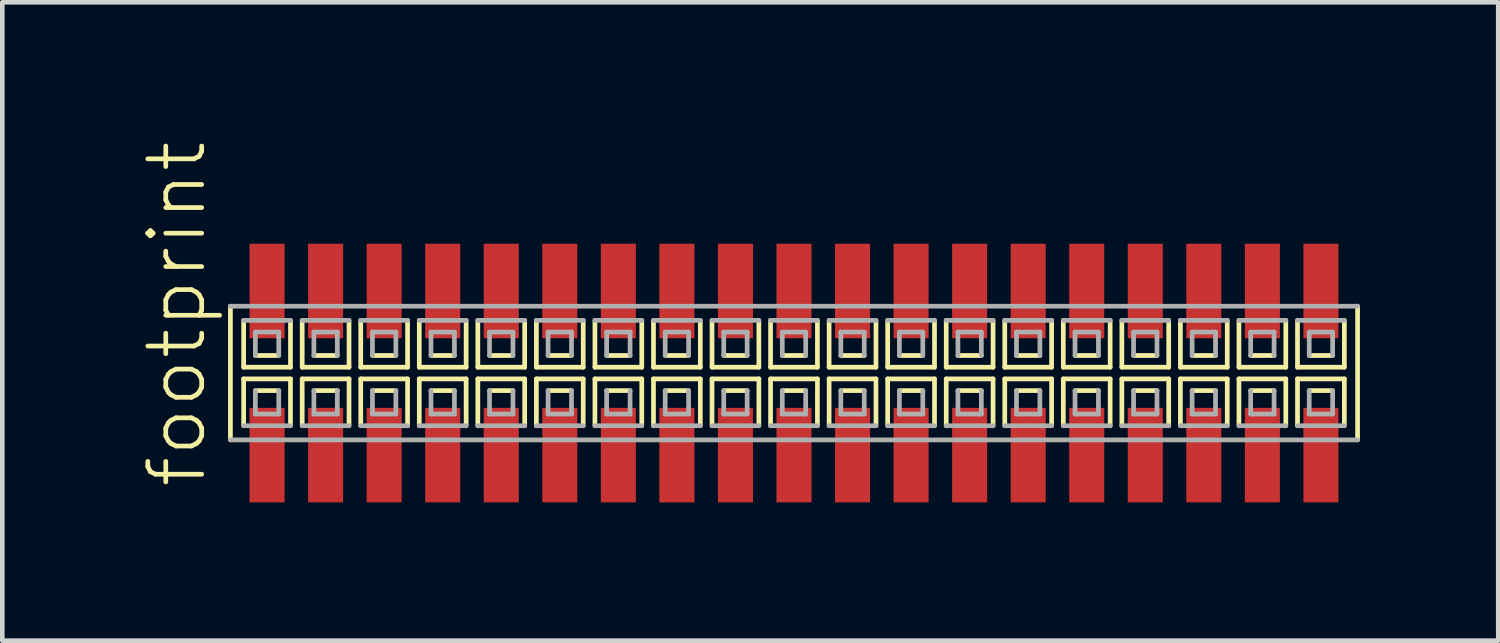
<source format=kicad_pcb>
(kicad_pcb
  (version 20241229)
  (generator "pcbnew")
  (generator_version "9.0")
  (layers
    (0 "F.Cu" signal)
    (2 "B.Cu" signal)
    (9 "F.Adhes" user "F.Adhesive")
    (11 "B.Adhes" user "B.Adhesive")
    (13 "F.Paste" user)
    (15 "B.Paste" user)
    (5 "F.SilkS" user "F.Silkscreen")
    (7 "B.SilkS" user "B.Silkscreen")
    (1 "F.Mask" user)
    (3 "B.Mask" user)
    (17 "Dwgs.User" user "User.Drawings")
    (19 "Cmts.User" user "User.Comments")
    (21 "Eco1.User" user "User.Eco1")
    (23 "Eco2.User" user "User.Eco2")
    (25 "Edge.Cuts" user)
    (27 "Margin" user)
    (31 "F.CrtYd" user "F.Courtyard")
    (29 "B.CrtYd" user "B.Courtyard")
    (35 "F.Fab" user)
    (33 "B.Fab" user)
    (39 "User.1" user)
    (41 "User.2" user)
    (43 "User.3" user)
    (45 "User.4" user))
  (footprint "footprint"
    (layer "F.Cu")
    (at 14.173 5.042)
    (property "Reference" "footprint" (at -12.7 2.54 90) (layer "F.SilkS") (effects (font (size 1.168 1.168) (thickness 0.102)) (justify left bottom)))
    (fp_line (start -12.225 -1.45) (end -12.225 1.45) (stroke (width 0.102) (type solid)) (layer "F.SilkS"))
    (fp_line (start -11.938 -1.143) (end -11.938 -0.127) (stroke (width 0.102) (type solid)) (layer "F.SilkS"))
    (fp_line (start -11.938 -0.127) (end -10.922 -0.127) (stroke (width 0.102) (type solid)) (layer "F.SilkS"))
    (fp_line (start -11.938 0.127) (end -11.938 1.143) (stroke (width 0.102) (type solid)) (layer "F.SilkS"))
    (fp_line (start -11.684 -0.381) (end -11.176 -0.381) (stroke (width 0.102) (type solid)) (layer "F.SilkS"))
    (fp_line (start -11.176 0.381) (end -11.684 0.381) (stroke (width 0.102) (type solid)) (layer "F.SilkS"))
    (fp_line (start -10.922 -0.127) (end -10.922 -1.143) (stroke (width 0.102) (type solid)) (layer "F.SilkS"))
    (fp_line (start -10.922 0.127) (end -11.938 0.127) (stroke (width 0.102) (type solid)) (layer "F.SilkS"))
    (fp_line (start -10.922 1.143) (end -10.922 0.127) (stroke (width 0.102) (type solid)) (layer "F.SilkS"))
    (fp_line (start -10.668 -1.143) (end -10.668 -0.127) (stroke (width 0.102) (type solid)) (layer "F.SilkS"))
    (fp_line (start -10.668 -0.127) (end -9.652 -0.127) (stroke (width 0.102) (type solid)) (layer "F.SilkS"))
    (fp_line (start -10.668 0.127) (end -10.668 1.143) (stroke (width 0.102) (type solid)) (layer "F.SilkS"))
    (fp_line (start -10.414 -0.381) (end -9.906 -0.381) (stroke (width 0.102) (type solid)) (layer "F.SilkS"))
    (fp_line (start -9.906 0.381) (end -10.414 0.381) (stroke (width 0.102) (type solid)) (layer "F.SilkS"))
    (fp_line (start -9.652 -0.127) (end -9.652 -1.143) (stroke (width 0.102) (type solid)) (layer "F.SilkS"))
    (fp_line (start -9.652 0.127) (end -10.668 0.127) (stroke (width 0.102) (type solid)) (layer "F.SilkS"))
    (fp_line (start -9.652 1.143) (end -9.652 0.127) (stroke (width 0.102) (type solid)) (layer "F.SilkS"))
    (fp_line (start -9.398 -1.143) (end -9.398 -0.127) (stroke (width 0.102) (type solid)) (layer "F.SilkS"))
    (fp_line (start -9.398 -0.127) (end -8.382 -0.127) (stroke (width 0.102) (type solid)) (layer "F.SilkS"))
    (fp_line (start -9.398 0.127) (end -9.398 1.143) (stroke (width 0.102) (type solid)) (layer "F.SilkS"))
    (fp_line (start -9.144 -0.381) (end -8.636 -0.381) (stroke (width 0.102) (type solid)) (layer "F.SilkS"))
    (fp_line (start -8.636 0.381) (end -9.144 0.381) (stroke (width 0.102) (type solid)) (layer "F.SilkS"))
    (fp_line (start -8.382 -0.127) (end -8.382 -1.143) (stroke (width 0.102) (type solid)) (layer "F.SilkS"))
    (fp_line (start -8.382 0.127) (end -9.398 0.127) (stroke (width 0.102) (type solid)) (layer "F.SilkS"))
    (fp_line (start -8.382 1.143) (end -8.382 0.127) (stroke (width 0.102) (type solid)) (layer "F.SilkS"))
    (fp_line (start -8.128 -1.143) (end -8.128 -0.127) (stroke (width 0.102) (type solid)) (layer "F.SilkS"))
    (fp_line (start -8.128 -0.127) (end -7.112 -0.127) (stroke (width 0.102) (type solid)) (layer "F.SilkS"))
    (fp_line (start -8.128 0.127) (end -8.128 1.143) (stroke (width 0.102) (type solid)) (layer "F.SilkS"))
    (fp_line (start -7.874 -0.381) (end -7.366 -0.381) (stroke (width 0.102) (type solid)) (layer "F.SilkS"))
    (fp_line (start -7.366 0.381) (end -7.874 0.381) (stroke (width 0.102) (type solid)) (layer "F.SilkS"))
    (fp_line (start -7.112 -0.127) (end -7.112 -1.143) (stroke (width 0.102) (type solid)) (layer "F.SilkS"))
    (fp_line (start -7.112 0.127) (end -8.128 0.127) (stroke (width 0.102) (type solid)) (layer "F.SilkS"))
    (fp_line (start -7.112 1.143) (end -7.112 0.127) (stroke (width 0.102) (type solid)) (layer "F.SilkS"))
    (fp_line (start -6.858 -1.143) (end -6.858 -0.127) (stroke (width 0.102) (type solid)) (layer "F.SilkS"))
    (fp_line (start -6.858 -0.127) (end -5.842 -0.127) (stroke (width 0.102) (type solid)) (layer "F.SilkS"))
    (fp_line (start -6.858 0.127) (end -6.858 1.143) (stroke (width 0.102) (type solid)) (layer "F.SilkS"))
    (fp_line (start -6.604 -0.381) (end -6.096 -0.381) (stroke (width 0.102) (type solid)) (layer "F.SilkS"))
    (fp_line (start -6.096 0.381) (end -6.604 0.381) (stroke (width 0.102) (type solid)) (layer "F.SilkS"))
    (fp_line (start -5.842 -0.127) (end -5.842 -1.143) (stroke (width 0.102) (type solid)) (layer "F.SilkS"))
    (fp_line (start -5.842 0.127) (end -6.858 0.127) (stroke (width 0.102) (type solid)) (layer "F.SilkS"))
    (fp_line (start -5.842 1.143) (end -5.842 0.127) (stroke (width 0.102) (type solid)) (layer "F.SilkS"))
    (fp_line (start -5.588 -1.143) (end -5.588 -0.127) (stroke (width 0.102) (type solid)) (layer "F.SilkS"))
    (fp_line (start -5.588 -0.127) (end -4.572 -0.127) (stroke (width 0.102) (type solid)) (layer "F.SilkS"))
    (fp_line (start -5.588 0.127) (end -5.588 1.143) (stroke (width 0.102) (type solid)) (layer "F.SilkS"))
    (fp_line (start -5.334 -0.381) (end -4.826 -0.381) (stroke (width 0.102) (type solid)) (layer "F.SilkS"))
    (fp_line (start -4.826 0.381) (end -5.334 0.381) (stroke (width 0.102) (type solid)) (layer "F.SilkS"))
    (fp_line (start -4.572 -0.127) (end -4.572 -1.143) (stroke (width 0.102) (type solid)) (layer "F.SilkS"))
    (fp_line (start -4.572 0.127) (end -5.588 0.127) (stroke (width 0.102) (type solid)) (layer "F.SilkS"))
    (fp_line (start -4.572 1.143) (end -4.572 0.127) (stroke (width 0.102) (type solid)) (layer "F.SilkS"))
    (fp_line (start -4.318 -1.143) (end -4.318 -0.127) (stroke (width 0.102) (type solid)) (layer "F.SilkS"))
    (fp_line (start -4.318 -0.127) (end -3.302 -0.127) (stroke (width 0.102) (type solid)) (layer "F.SilkS"))
    (fp_line (start -4.318 0.127) (end -4.318 1.143) (stroke (width 0.102) (type solid)) (layer "F.SilkS"))
    (fp_line (start -4.064 -0.381) (end -3.556 -0.381) (stroke (width 0.102) (type solid)) (layer "F.SilkS"))
    (fp_line (start -3.556 0.381) (end -4.064 0.381) (stroke (width 0.102) (type solid)) (layer "F.SilkS"))
    (fp_line (start -3.302 -0.127) (end -3.302 -1.143) (stroke (width 0.102) (type solid)) (layer "F.SilkS"))
    (fp_line (start -3.302 0.127) (end -4.318 0.127) (stroke (width 0.102) (type solid)) (layer "F.SilkS"))
    (fp_line (start -3.302 1.143) (end -3.302 0.127) (stroke (width 0.102) (type solid)) (layer "F.SilkS"))
    (fp_line (start -3.048 -1.143) (end -3.048 -0.127) (stroke (width 0.102) (type solid)) (layer "F.SilkS"))
    (fp_line (start -3.048 -0.127) (end -2.032 -0.127) (stroke (width 0.102) (type solid)) (layer "F.SilkS"))
    (fp_line (start -3.048 0.127) (end -3.048 1.143) (stroke (width 0.102) (type solid)) (layer "F.SilkS"))
    (fp_line (start -2.794 -0.381) (end -2.286 -0.381) (stroke (width 0.102) (type solid)) (layer "F.SilkS"))
    (fp_line (start -2.286 0.381) (end -2.794 0.381) (stroke (width 0.102) (type solid)) (layer "F.SilkS"))
    (fp_line (start -2.032 -0.127) (end -2.032 -1.143) (stroke (width 0.102) (type solid)) (layer "F.SilkS"))
    (fp_line (start -2.032 0.127) (end -3.048 0.127) (stroke (width 0.102) (type solid)) (layer "F.SilkS"))
    (fp_line (start -2.032 1.143) (end -2.032 0.127) (stroke (width 0.102) (type solid)) (layer "F.SilkS"))
    (fp_line (start -1.778 -1.143) (end -1.778 -0.127) (stroke (width 0.102) (type solid)) (layer "F.SilkS"))
    (fp_line (start -1.778 -0.127) (end -0.762 -0.127) (stroke (width 0.102) (type solid)) (layer "F.SilkS"))
    (fp_line (start -1.778 0.127) (end -1.778 1.143) (stroke (width 0.102) (type solid)) (layer "F.SilkS"))
    (fp_line (start -1.524 -0.381) (end -1.016 -0.381) (stroke (width 0.102) (type solid)) (layer "F.SilkS"))
    (fp_line (start -1.016 0.381) (end -1.524 0.381) (stroke (width 0.102) (type solid)) (layer "F.SilkS"))
    (fp_line (start -0.762 -0.127) (end -0.762 -1.143) (stroke (width 0.102) (type solid)) (layer "F.SilkS"))
    (fp_line (start -0.762 0.127) (end -1.778 0.127) (stroke (width 0.102) (type solid)) (layer "F.SilkS"))
    (fp_line (start -0.762 1.143) (end -0.762 0.127) (stroke (width 0.102) (type solid)) (layer "F.SilkS"))
    (fp_line (start -0.508 -1.143) (end -0.508 -0.127) (stroke (width 0.102) (type solid)) (layer "F.SilkS"))
    (fp_line (start -0.508 -0.127) (end 0.508 -0.127) (stroke (width 0.102) (type solid)) (layer "F.SilkS"))
    (fp_line (start -0.508 0.127) (end -0.508 1.143) (stroke (width 0.102) (type solid)) (layer "F.SilkS"))
    (fp_line (start -0.254 -0.381) (end 0.254 -0.381) (stroke (width 0.102) (type solid)) (layer "F.SilkS"))
    (fp_line (start 0.254 0.381) (end -0.254 0.381) (stroke (width 0.102) (type solid)) (layer "F.SilkS"))
    (fp_line (start 0.508 -0.127) (end 0.508 -1.143) (stroke (width 0.102) (type solid)) (layer "F.SilkS"))
    (fp_line (start 0.508 0.127) (end -0.508 0.127) (stroke (width 0.102) (type solid)) (layer "F.SilkS"))
    (fp_line (start 0.508 1.143) (end 0.508 0.127) (stroke (width 0.102) (type solid)) (layer "F.SilkS"))
    (fp_line (start 0.762 -1.143) (end 0.762 -0.127) (stroke (width 0.102) (type solid)) (layer "F.SilkS"))
    (fp_line (start 0.762 -0.127) (end 1.778 -0.127) (stroke (width 0.102) (type solid)) (layer "F.SilkS"))
    (fp_line (start 0.762 0.127) (end 0.762 1.143) (stroke (width 0.102) (type solid)) (layer "F.SilkS"))
    (fp_line (start 1.016 -0.381) (end 1.524 -0.381) (stroke (width 0.102) (type solid)) (layer "F.SilkS"))
    (fp_line (start 1.524 0.381) (end 1.016 0.381) (stroke (width 0.102) (type solid)) (layer "F.SilkS"))
    (fp_line (start 1.778 -0.127) (end 1.778 -1.143) (stroke (width 0.102) (type solid)) (layer "F.SilkS"))
    (fp_line (start 1.778 0.127) (end 0.762 0.127) (stroke (width 0.102) (type solid)) (layer "F.SilkS"))
    (fp_line (start 1.778 1.143) (end 1.778 0.127) (stroke (width 0.102) (type solid)) (layer "F.SilkS"))
    (fp_line (start 2.032 -1.143) (end 2.032 -0.127) (stroke (width 0.102) (type solid)) (layer "F.SilkS"))
    (fp_line (start 2.032 -0.127) (end 3.048 -0.127) (stroke (width 0.102) (type solid)) (layer "F.SilkS"))
    (fp_line (start 2.032 0.127) (end 2.032 1.143) (stroke (width 0.102) (type solid)) (layer "F.SilkS"))
    (fp_line (start 2.286 -0.381) (end 2.794 -0.381) (stroke (width 0.102) (type solid)) (layer "F.SilkS"))
    (fp_line (start 2.794 0.381) (end 2.286 0.381) (stroke (width 0.102) (type solid)) (layer "F.SilkS"))
    (fp_line (start 3.048 -0.127) (end 3.048 -1.143) (stroke (width 0.102) (type solid)) (layer "F.SilkS"))
    (fp_line (start 3.048 0.127) (end 2.032 0.127) (stroke (width 0.102) (type solid)) (layer "F.SilkS"))
    (fp_line (start 3.048 1.143) (end 3.048 0.127) (stroke (width 0.102) (type solid)) (layer "F.SilkS"))
    (fp_line (start 3.302 -1.143) (end 3.302 -0.127) (stroke (width 0.102) (type solid)) (layer "F.SilkS"))
    (fp_line (start 3.302 -0.127) (end 4.318 -0.127) (stroke (width 0.102) (type solid)) (layer "F.SilkS"))
    (fp_line (start 3.302 0.127) (end 3.302 1.143) (stroke (width 0.102) (type solid)) (layer "F.SilkS"))
    (fp_line (start 3.556 -0.381) (end 4.064 -0.381) (stroke (width 0.102) (type solid)) (layer "F.SilkS"))
    (fp_line (start 4.064 0.381) (end 3.556 0.381) (stroke (width 0.102) (type solid)) (layer "F.SilkS"))
    (fp_line (start 4.318 -0.127) (end 4.318 -1.143) (stroke (width 0.102) (type solid)) (layer "F.SilkS"))
    (fp_line (start 4.318 0.127) (end 3.302 0.127) (stroke (width 0.102) (type solid)) (layer "F.SilkS"))
    (fp_line (start 4.318 1.143) (end 4.318 0.127) (stroke (width 0.102) (type solid)) (layer "F.SilkS"))
    (fp_line (start 4.572 -1.143) (end 4.572 -0.127) (stroke (width 0.102) (type solid)) (layer "F.SilkS"))
    (fp_line (start 4.572 -0.127) (end 5.588 -0.127) (stroke (width 0.102) (type solid)) (layer "F.SilkS"))
    (fp_line (start 4.572 0.127) (end 4.572 1.143) (stroke (width 0.102) (type solid)) (layer "F.SilkS"))
    (fp_line (start 4.826 -0.381) (end 5.334 -0.381) (stroke (width 0.102) (type solid)) (layer "F.SilkS"))
    (fp_line (start 5.334 0.381) (end 4.826 0.381) (stroke (width 0.102) (type solid)) (layer "F.SilkS"))
    (fp_line (start 5.588 -0.127) (end 5.588 -1.143) (stroke (width 0.102) (type solid)) (layer "F.SilkS"))
    (fp_line (start 5.588 0.127) (end 4.572 0.127) (stroke (width 0.102) (type solid)) (layer "F.SilkS"))
    (fp_line (start 5.588 1.143) (end 5.588 0.127) (stroke (width 0.102) (type solid)) (layer "F.SilkS"))
    (fp_line (start 5.842 -1.143) (end 5.842 -0.127) (stroke (width 0.102) (type solid)) (layer "F.SilkS"))
    (fp_line (start 5.842 -0.127) (end 6.858 -0.127) (stroke (width 0.102) (type solid)) (layer "F.SilkS"))
    (fp_line (start 5.842 0.127) (end 5.842 1.143) (stroke (width 0.102) (type solid)) (layer "F.SilkS"))
    (fp_line (start 6.096 -0.381) (end 6.604 -0.381) (stroke (width 0.102) (type solid)) (layer "F.SilkS"))
    (fp_line (start 6.604 0.381) (end 6.096 0.381) (stroke (width 0.102) (type solid)) (layer "F.SilkS"))
    (fp_line (start 6.858 -0.127) (end 6.858 -1.143) (stroke (width 0.102) (type solid)) (layer "F.SilkS"))
    (fp_line (start 6.858 0.127) (end 5.842 0.127) (stroke (width 0.102) (type solid)) (layer "F.SilkS"))
    (fp_line (start 6.858 1.143) (end 6.858 0.127) (stroke (width 0.102) (type solid)) (layer "F.SilkS"))
    (fp_line (start 7.112 -1.143) (end 7.112 -0.127) (stroke (width 0.102) (type solid)) (layer "F.SilkS"))
    (fp_line (start 7.112 -0.127) (end 8.128 -0.127) (stroke (width 0.102) (type solid)) (layer "F.SilkS"))
    (fp_line (start 7.112 0.127) (end 7.112 1.143) (stroke (width 0.102) (type solid)) (layer "F.SilkS"))
    (fp_line (start 7.366 -0.381) (end 7.874 -0.381) (stroke (width 0.102) (type solid)) (layer "F.SilkS"))
    (fp_line (start 7.874 0.381) (end 7.366 0.381) (stroke (width 0.102) (type solid)) (layer "F.SilkS"))
    (fp_line (start 8.128 -0.127) (end 8.128 -1.143) (stroke (width 0.102) (type solid)) (layer "F.SilkS"))
    (fp_line (start 8.128 0.127) (end 7.112 0.127) (stroke (width 0.102) (type solid)) (layer "F.SilkS"))
    (fp_line (start 8.128 1.143) (end 8.128 0.127) (stroke (width 0.102) (type solid)) (layer "F.SilkS"))
    (fp_line (start 8.382 -1.143) (end 8.382 -0.127) (stroke (width 0.102) (type solid)) (layer "F.SilkS"))
    (fp_line (start 8.382 -0.127) (end 9.398 -0.127) (stroke (width 0.102) (type solid)) (layer "F.SilkS"))
    (fp_line (start 8.382 0.127) (end 8.382 1.143) (stroke (width 0.102) (type solid)) (layer "F.SilkS"))
    (fp_line (start 8.636 -0.381) (end 9.144 -0.381) (stroke (width 0.102) (type solid)) (layer "F.SilkS"))
    (fp_line (start 9.144 0.381) (end 8.636 0.381) (stroke (width 0.102) (type solid)) (layer "F.SilkS"))
    (fp_line (start 9.398 -0.127) (end 9.398 -1.143) (stroke (width 0.102) (type solid)) (layer "F.SilkS"))
    (fp_line (start 9.398 0.127) (end 8.382 0.127) (stroke (width 0.102) (type solid)) (layer "F.SilkS"))
    (fp_line (start 9.398 1.143) (end 9.398 0.127) (stroke (width 0.102) (type solid)) (layer "F.SilkS"))
    (fp_line (start 9.652 -1.143) (end 9.652 -0.127) (stroke (width 0.102) (type solid)) (layer "F.SilkS"))
    (fp_line (start 9.652 -0.127) (end 10.668 -0.127) (stroke (width 0.102) (type solid)) (layer "F.SilkS"))
    (fp_line (start 9.652 0.127) (end 9.652 1.143) (stroke (width 0.102) (type solid)) (layer "F.SilkS"))
    (fp_line (start 9.906 -0.381) (end 10.414 -0.381) (stroke (width 0.102) (type solid)) (layer "F.SilkS"))
    (fp_line (start 10.414 0.381) (end 9.906 0.381) (stroke (width 0.102) (type solid)) (layer "F.SilkS"))
    (fp_line (start 10.668 -0.127) (end 10.668 -1.143) (stroke (width 0.102) (type solid)) (layer "F.SilkS"))
    (fp_line (start 10.668 0.127) (end 9.652 0.127) (stroke (width 0.102) (type solid)) (layer "F.SilkS"))
    (fp_line (start 10.668 1.143) (end 10.668 0.127) (stroke (width 0.102) (type solid)) (layer "F.SilkS"))
    (fp_line (start 10.922 -1.143) (end 10.922 -0.127) (stroke (width 0.102) (type solid)) (layer "F.SilkS"))
    (fp_line (start 10.922 -0.127) (end 11.938 -0.127) (stroke (width 0.102) (type solid)) (layer "F.SilkS"))
    (fp_line (start 10.922 0.127) (end 10.922 1.143) (stroke (width 0.102) (type solid)) (layer "F.SilkS"))
    (fp_line (start 11.176 -0.381) (end 11.684 -0.381) (stroke (width 0.102) (type solid)) (layer "F.SilkS"))
    (fp_line (start 11.684 0.381) (end 11.176 0.381) (stroke (width 0.102) (type solid)) (layer "F.SilkS"))
    (fp_line (start 11.938 -0.127) (end 11.938 -1.143) (stroke (width 0.102) (type solid)) (layer "F.SilkS"))
    (fp_line (start 11.938 0.127) (end 10.922 0.127) (stroke (width 0.102) (type solid)) (layer "F.SilkS"))
    (fp_line (start 11.938 1.143) (end 11.938 0.127) (stroke (width 0.102) (type solid)) (layer "F.SilkS"))
    (fp_line (start 12.225 1.45) (end 12.225 -1.45) (stroke (width 0.102) (type solid)) (layer "F.SilkS"))
    (fp_line (start -12.225 1.45) (end 12.225 1.45) (stroke (width 0.102) (type solid)) (layer "F.Fab"))
    (fp_line (start -11.938 1.143) (end -10.922 1.143) (stroke (width 0.102) (type solid)) (layer "F.Fab"))
    (fp_line (start -11.684 -0.889) (end -11.684 -0.381) (stroke (width 0.102) (type solid)) (layer "F.Fab"))
    (fp_line (start -11.684 0.381) (end -11.684 0.889) (stroke (width 0.102) (type solid)) (layer "F.Fab"))
    (fp_line (start -11.684 0.889) (end -11.176 0.889) (stroke (width 0.102) (type solid)) (layer "F.Fab"))
    (fp_line (start -11.176 -0.889) (end -11.684 -0.889) (stroke (width 0.102) (type solid)) (layer "F.Fab"))
    (fp_line (start -11.176 -0.381) (end -11.176 -0.889) (stroke (width 0.102) (type solid)) (layer "F.Fab"))
    (fp_line (start -11.176 0.889) (end -11.176 0.381) (stroke (width 0.102) (type solid)) (layer "F.Fab"))
    (fp_line (start -10.922 -1.143) (end -11.938 -1.143) (stroke (width 0.102) (type solid)) (layer "F.Fab"))
    (fp_line (start -10.668 1.143) (end -9.652 1.143) (stroke (width 0.102) (type solid)) (layer "F.Fab"))
    (fp_line (start -10.414 -0.889) (end -10.414 -0.381) (stroke (width 0.102) (type solid)) (layer "F.Fab"))
    (fp_line (start -10.414 0.381) (end -10.414 0.889) (stroke (width 0.102) (type solid)) (layer "F.Fab"))
    (fp_line (start -10.414 0.889) (end -9.906 0.889) (stroke (width 0.102) (type solid)) (layer "F.Fab"))
    (fp_line (start -9.906 -0.889) (end -10.414 -0.889) (stroke (width 0.102) (type solid)) (layer "F.Fab"))
    (fp_line (start -9.906 -0.381) (end -9.906 -0.889) (stroke (width 0.102) (type solid)) (layer "F.Fab"))
    (fp_line (start -9.906 0.889) (end -9.906 0.381) (stroke (width 0.102) (type solid)) (layer "F.Fab"))
    (fp_line (start -9.652 -1.143) (end -10.668 -1.143) (stroke (width 0.102) (type solid)) (layer "F.Fab"))
    (fp_line (start -9.398 1.143) (end -8.382 1.143) (stroke (width 0.102) (type solid)) (layer "F.Fab"))
    (fp_line (start -9.144 -0.889) (end -9.144 -0.381) (stroke (width 0.102) (type solid)) (layer "F.Fab"))
    (fp_line (start -9.144 0.381) (end -9.144 0.889) (stroke (width 0.102) (type solid)) (layer "F.Fab"))
    (fp_line (start -9.144 0.889) (end -8.636 0.889) (stroke (width 0.102) (type solid)) (layer "F.Fab"))
    (fp_line (start -8.636 -0.889) (end -9.144 -0.889) (stroke (width 0.102) (type solid)) (layer "F.Fab"))
    (fp_line (start -8.636 -0.381) (end -8.636 -0.889) (stroke (width 0.102) (type solid)) (layer "F.Fab"))
    (fp_line (start -8.636 0.889) (end -8.636 0.381) (stroke (width 0.102) (type solid)) (layer "F.Fab"))
    (fp_line (start -8.382 -1.143) (end -9.398 -1.143) (stroke (width 0.102) (type solid)) (layer "F.Fab"))
    (fp_line (start -8.128 1.143) (end -7.112 1.143) (stroke (width 0.102) (type solid)) (layer "F.Fab"))
    (fp_line (start -7.874 -0.889) (end -7.874 -0.381) (stroke (width 0.102) (type solid)) (layer "F.Fab"))
    (fp_line (start -7.874 0.381) (end -7.874 0.889) (stroke (width 0.102) (type solid)) (layer "F.Fab"))
    (fp_line (start -7.874 0.889) (end -7.366 0.889) (stroke (width 0.102) (type solid)) (layer "F.Fab"))
    (fp_line (start -7.366 -0.889) (end -7.874 -0.889) (stroke (width 0.102) (type solid)) (layer "F.Fab"))
    (fp_line (start -7.366 -0.381) (end -7.366 -0.889) (stroke (width 0.102) (type solid)) (layer "F.Fab"))
    (fp_line (start -7.366 0.889) (end -7.366 0.381) (stroke (width 0.102) (type solid)) (layer "F.Fab"))
    (fp_line (start -7.112 -1.143) (end -8.128 -1.143) (stroke (width 0.102) (type solid)) (layer "F.Fab"))
    (fp_line (start -6.858 1.143) (end -5.842 1.143) (stroke (width 0.102) (type solid)) (layer "F.Fab"))
    (fp_line (start -6.604 -0.889) (end -6.604 -0.381) (stroke (width 0.102) (type solid)) (layer "F.Fab"))
    (fp_line (start -6.604 0.381) (end -6.604 0.889) (stroke (width 0.102) (type solid)) (layer "F.Fab"))
    (fp_line (start -6.604 0.889) (end -6.096 0.889) (stroke (width 0.102) (type solid)) (layer "F.Fab"))
    (fp_line (start -6.096 -0.889) (end -6.604 -0.889) (stroke (width 0.102) (type solid)) (layer "F.Fab"))
    (fp_line (start -6.096 -0.381) (end -6.096 -0.889) (stroke (width 0.102) (type solid)) (layer "F.Fab"))
    (fp_line (start -6.096 0.889) (end -6.096 0.381) (stroke (width 0.102) (type solid)) (layer "F.Fab"))
    (fp_line (start -5.842 -1.143) (end -6.858 -1.143) (stroke (width 0.102) (type solid)) (layer "F.Fab"))
    (fp_line (start -5.588 1.143) (end -4.572 1.143) (stroke (width 0.102) (type solid)) (layer "F.Fab"))
    (fp_line (start -5.334 -0.889) (end -5.334 -0.381) (stroke (width 0.102) (type solid)) (layer "F.Fab"))
    (fp_line (start -5.334 0.381) (end -5.334 0.889) (stroke (width 0.102) (type solid)) (layer "F.Fab"))
    (fp_line (start -5.334 0.889) (end -4.826 0.889) (stroke (width 0.102) (type solid)) (layer "F.Fab"))
    (fp_line (start -4.826 -0.889) (end -5.334 -0.889) (stroke (width 0.102) (type solid)) (layer "F.Fab"))
    (fp_line (start -4.826 -0.381) (end -4.826 -0.889) (stroke (width 0.102) (type solid)) (layer "F.Fab"))
    (fp_line (start -4.826 0.889) (end -4.826 0.381) (stroke (width 0.102) (type solid)) (layer "F.Fab"))
    (fp_line (start -4.572 -1.143) (end -5.588 -1.143) (stroke (width 0.102) (type solid)) (layer "F.Fab"))
    (fp_line (start -4.318 1.143) (end -3.302 1.143) (stroke (width 0.102) (type solid)) (layer "F.Fab"))
    (fp_line (start -4.064 -0.889) (end -4.064 -0.381) (stroke (width 0.102) (type solid)) (layer "F.Fab"))
    (fp_line (start -4.064 0.381) (end -4.064 0.889) (stroke (width 0.102) (type solid)) (layer "F.Fab"))
    (fp_line (start -4.064 0.889) (end -3.556 0.889) (stroke (width 0.102) (type solid)) (layer "F.Fab"))
    (fp_line (start -3.556 -0.889) (end -4.064 -0.889) (stroke (width 0.102) (type solid)) (layer "F.Fab"))
    (fp_line (start -3.556 -0.381) (end -3.556 -0.889) (stroke (width 0.102) (type solid)) (layer "F.Fab"))
    (fp_line (start -3.556 0.889) (end -3.556 0.381) (stroke (width 0.102) (type solid)) (layer "F.Fab"))
    (fp_line (start -3.302 -1.143) (end -4.318 -1.143) (stroke (width 0.102) (type solid)) (layer "F.Fab"))
    (fp_line (start -3.048 1.143) (end -2.032 1.143) (stroke (width 0.102) (type solid)) (layer "F.Fab"))
    (fp_line (start -2.794 -0.889) (end -2.794 -0.381) (stroke (width 0.102) (type solid)) (layer "F.Fab"))
    (fp_line (start -2.794 0.381) (end -2.794 0.889) (stroke (width 0.102) (type solid)) (layer "F.Fab"))
    (fp_line (start -2.794 0.889) (end -2.286 0.889) (stroke (width 0.102) (type solid)) (layer "F.Fab"))
    (fp_line (start -2.286 -0.889) (end -2.794 -0.889) (stroke (width 0.102) (type solid)) (layer "F.Fab"))
    (fp_line (start -2.286 -0.381) (end -2.286 -0.889) (stroke (width 0.102) (type solid)) (layer "F.Fab"))
    (fp_line (start -2.286 0.889) (end -2.286 0.381) (stroke (width 0.102) (type solid)) (layer "F.Fab"))
    (fp_line (start -2.032 -1.143) (end -3.048 -1.143) (stroke (width 0.102) (type solid)) (layer "F.Fab"))
    (fp_line (start -1.778 1.143) (end -0.762 1.143) (stroke (width 0.102) (type solid)) (layer "F.Fab"))
    (fp_line (start -1.524 -0.889) (end -1.524 -0.381) (stroke (width 0.102) (type solid)) (layer "F.Fab"))
    (fp_line (start -1.524 0.381) (end -1.524 0.889) (stroke (width 0.102) (type solid)) (layer "F.Fab"))
    (fp_line (start -1.524 0.889) (end -1.016 0.889) (stroke (width 0.102) (type solid)) (layer "F.Fab"))
    (fp_line (start -1.016 -0.889) (end -1.524 -0.889) (stroke (width 0.102) (type solid)) (layer "F.Fab"))
    (fp_line (start -1.016 -0.381) (end -1.016 -0.889) (stroke (width 0.102) (type solid)) (layer "F.Fab"))
    (fp_line (start -1.016 0.889) (end -1.016 0.381) (stroke (width 0.102) (type solid)) (layer "F.Fab"))
    (fp_line (start -0.762 -1.143) (end -1.778 -1.143) (stroke (width 0.102) (type solid)) (layer "F.Fab"))
    (fp_line (start -0.508 1.143) (end 0.508 1.143) (stroke (width 0.102) (type solid)) (layer "F.Fab"))
    (fp_line (start -0.254 -0.889) (end -0.254 -0.381) (stroke (width 0.102) (type solid)) (layer "F.Fab"))
    (fp_line (start -0.254 0.381) (end -0.254 0.889) (stroke (width 0.102) (type solid)) (layer "F.Fab"))
    (fp_line (start -0.254 0.889) (end 0.254 0.889) (stroke (width 0.102) (type solid)) (layer "F.Fab"))
    (fp_line (start 0.254 -0.889) (end -0.254 -0.889) (stroke (width 0.102) (type solid)) (layer "F.Fab"))
    (fp_line (start 0.254 -0.381) (end 0.254 -0.889) (stroke (width 0.102) (type solid)) (layer "F.Fab"))
    (fp_line (start 0.254 0.889) (end 0.254 0.381) (stroke (width 0.102) (type solid)) (layer "F.Fab"))
    (fp_line (start 0.508 -1.143) (end -0.508 -1.143) (stroke (width 0.102) (type solid)) (layer "F.Fab"))
    (fp_line (start 0.762 1.143) (end 1.778 1.143) (stroke (width 0.102) (type solid)) (layer "F.Fab"))
    (fp_line (start 1.016 -0.889) (end 1.016 -0.381) (stroke (width 0.102) (type solid)) (layer "F.Fab"))
    (fp_line (start 1.016 0.381) (end 1.016 0.889) (stroke (width 0.102) (type solid)) (layer "F.Fab"))
    (fp_line (start 1.016 0.889) (end 1.524 0.889) (stroke (width 0.102) (type solid)) (layer "F.Fab"))
    (fp_line (start 1.524 -0.889) (end 1.016 -0.889) (stroke (width 0.102) (type solid)) (layer "F.Fab"))
    (fp_line (start 1.524 -0.381) (end 1.524 -0.889) (stroke (width 0.102) (type solid)) (layer "F.Fab"))
    (fp_line (start 1.524 0.889) (end 1.524 0.381) (stroke (width 0.102) (type solid)) (layer "F.Fab"))
    (fp_line (start 1.778 -1.143) (end 0.762 -1.143) (stroke (width 0.102) (type solid)) (layer "F.Fab"))
    (fp_line (start 2.032 1.143) (end 3.048 1.143) (stroke (width 0.102) (type solid)) (layer "F.Fab"))
    (fp_line (start 2.286 -0.889) (end 2.286 -0.381) (stroke (width 0.102) (type solid)) (layer "F.Fab"))
    (fp_line (start 2.286 0.381) (end 2.286 0.889) (stroke (width 0.102) (type solid)) (layer "F.Fab"))
    (fp_line (start 2.286 0.889) (end 2.794 0.889) (stroke (width 0.102) (type solid)) (layer "F.Fab"))
    (fp_line (start 2.794 -0.889) (end 2.286 -0.889) (stroke (width 0.102) (type solid)) (layer "F.Fab"))
    (fp_line (start 2.794 -0.381) (end 2.794 -0.889) (stroke (width 0.102) (type solid)) (layer "F.Fab"))
    (fp_line (start 2.794 0.889) (end 2.794 0.381) (stroke (width 0.102) (type solid)) (layer "F.Fab"))
    (fp_line (start 3.048 -1.143) (end 2.032 -1.143) (stroke (width 0.102) (type solid)) (layer "F.Fab"))
    (fp_line (start 3.302 1.143) (end 4.318 1.143) (stroke (width 0.102) (type solid)) (layer "F.Fab"))
    (fp_line (start 3.556 -0.889) (end 3.556 -0.381) (stroke (width 0.102) (type solid)) (layer "F.Fab"))
    (fp_line (start 3.556 0.381) (end 3.556 0.889) (stroke (width 0.102) (type solid)) (layer "F.Fab"))
    (fp_line (start 3.556 0.889) (end 4.064 0.889) (stroke (width 0.102) (type solid)) (layer "F.Fab"))
    (fp_line (start 4.064 -0.889) (end 3.556 -0.889) (stroke (width 0.102) (type solid)) (layer "F.Fab"))
    (fp_line (start 4.064 -0.381) (end 4.064 -0.889) (stroke (width 0.102) (type solid)) (layer "F.Fab"))
    (fp_line (start 4.064 0.889) (end 4.064 0.381) (stroke (width 0.102) (type solid)) (layer "F.Fab"))
    (fp_line (start 4.318 -1.143) (end 3.302 -1.143) (stroke (width 0.102) (type solid)) (layer "F.Fab"))
    (fp_line (start 4.572 1.143) (end 5.588 1.143) (stroke (width 0.102) (type solid)) (layer "F.Fab"))
    (fp_line (start 4.826 -0.889) (end 4.826 -0.381) (stroke (width 0.102) (type solid)) (layer "F.Fab"))
    (fp_line (start 4.826 0.381) (end 4.826 0.889) (stroke (width 0.102) (type solid)) (layer "F.Fab"))
    (fp_line (start 4.826 0.889) (end 5.334 0.889) (stroke (width 0.102) (type solid)) (layer "F.Fab"))
    (fp_line (start 5.334 -0.889) (end 4.826 -0.889) (stroke (width 0.102) (type solid)) (layer "F.Fab"))
    (fp_line (start 5.334 -0.381) (end 5.334 -0.889) (stroke (width 0.102) (type solid)) (layer "F.Fab"))
    (fp_line (start 5.334 0.889) (end 5.334 0.381) (stroke (width 0.102) (type solid)) (layer "F.Fab"))
    (fp_line (start 5.588 -1.143) (end 4.572 -1.143) (stroke (width 0.102) (type solid)) (layer "F.Fab"))
    (fp_line (start 5.842 1.143) (end 6.858 1.143) (stroke (width 0.102) (type solid)) (layer "F.Fab"))
    (fp_line (start 6.096 -0.889) (end 6.096 -0.381) (stroke (width 0.102) (type solid)) (layer "F.Fab"))
    (fp_line (start 6.096 0.381) (end 6.096 0.889) (stroke (width 0.102) (type solid)) (layer "F.Fab"))
    (fp_line (start 6.096 0.889) (end 6.604 0.889) (stroke (width 0.102) (type solid)) (layer "F.Fab"))
    (fp_line (start 6.604 -0.889) (end 6.096 -0.889) (stroke (width 0.102) (type solid)) (layer "F.Fab"))
    (fp_line (start 6.604 -0.381) (end 6.604 -0.889) (stroke (width 0.102) (type solid)) (layer "F.Fab"))
    (fp_line (start 6.604 0.889) (end 6.604 0.381) (stroke (width 0.102) (type solid)) (layer "F.Fab"))
    (fp_line (start 6.858 -1.143) (end 5.842 -1.143) (stroke (width 0.102) (type solid)) (layer "F.Fab"))
    (fp_line (start 7.112 1.143) (end 8.128 1.143) (stroke (width 0.102) (type solid)) (layer "F.Fab"))
    (fp_line (start 7.366 -0.889) (end 7.366 -0.381) (stroke (width 0.102) (type solid)) (layer "F.Fab"))
    (fp_line (start 7.366 0.381) (end 7.366 0.889) (stroke (width 0.102) (type solid)) (layer "F.Fab"))
    (fp_line (start 7.366 0.889) (end 7.874 0.889) (stroke (width 0.102) (type solid)) (layer "F.Fab"))
    (fp_line (start 7.874 -0.889) (end 7.366 -0.889) (stroke (width 0.102) (type solid)) (layer "F.Fab"))
    (fp_line (start 7.874 -0.381) (end 7.874 -0.889) (stroke (width 0.102) (type solid)) (layer "F.Fab"))
    (fp_line (start 7.874 0.889) (end 7.874 0.381) (stroke (width 0.102) (type solid)) (layer "F.Fab"))
    (fp_line (start 8.128 -1.143) (end 7.112 -1.143) (stroke (width 0.102) (type solid)) (layer "F.Fab"))
    (fp_line (start 8.382 1.143) (end 9.398 1.143) (stroke (width 0.102) (type solid)) (layer "F.Fab"))
    (fp_line (start 8.636 -0.889) (end 8.636 -0.381) (stroke (width 0.102) (type solid)) (layer "F.Fab"))
    (fp_line (start 8.636 0.381) (end 8.636 0.889) (stroke (width 0.102) (type solid)) (layer "F.Fab"))
    (fp_line (start 8.636 0.889) (end 9.144 0.889) (stroke (width 0.102) (type solid)) (layer "F.Fab"))
    (fp_line (start 9.144 -0.889) (end 8.636 -0.889) (stroke (width 0.102) (type solid)) (layer "F.Fab"))
    (fp_line (start 9.144 -0.381) (end 9.144 -0.889) (stroke (width 0.102) (type solid)) (layer "F.Fab"))
    (fp_line (start 9.144 0.889) (end 9.144 0.381) (stroke (width 0.102) (type solid)) (layer "F.Fab"))
    (fp_line (start 9.398 -1.143) (end 8.382 -1.143) (stroke (width 0.102) (type solid)) (layer "F.Fab"))
    (fp_line (start 9.652 1.143) (end 10.668 1.143) (stroke (width 0.102) (type solid)) (layer "F.Fab"))
    (fp_line (start 9.906 -0.889) (end 9.906 -0.381) (stroke (width 0.102) (type solid)) (layer "F.Fab"))
    (fp_line (start 9.906 0.381) (end 9.906 0.889) (stroke (width 0.102) (type solid)) (layer "F.Fab"))
    (fp_line (start 9.906 0.889) (end 10.414 0.889) (stroke (width 0.102) (type solid)) (layer "F.Fab"))
    (fp_line (start 10.414 -0.889) (end 9.906 -0.889) (stroke (width 0.102) (type solid)) (layer "F.Fab"))
    (fp_line (start 10.414 -0.381) (end 10.414 -0.889) (stroke (width 0.102) (type solid)) (layer "F.Fab"))
    (fp_line (start 10.414 0.889) (end 10.414 0.381) (stroke (width 0.102) (type solid)) (layer "F.Fab"))
    (fp_line (start 10.668 -1.143) (end 9.652 -1.143) (stroke (width 0.102) (type solid)) (layer "F.Fab"))
    (fp_line (start 10.922 1.143) (end 11.938 1.143) (stroke (width 0.102) (type solid)) (layer "F.Fab"))
    (fp_line (start 11.176 -0.889) (end 11.176 -0.381) (stroke (width 0.102) (type solid)) (layer "F.Fab"))
    (fp_line (start 11.176 0.381) (end 11.176 0.889) (stroke (width 0.102) (type solid)) (layer "F.Fab"))
    (fp_line (start 11.176 0.889) (end 11.684 0.889) (stroke (width 0.102) (type solid)) (layer "F.Fab"))
    (fp_line (start 11.684 -0.889) (end 11.176 -0.889) (stroke (width 0.102) (type solid)) (layer "F.Fab"))
    (fp_line (start 11.684 -0.381) (end 11.684 -0.889) (stroke (width 0.102) (type solid)) (layer "F.Fab"))
    (fp_line (start 11.684 0.889) (end 11.684 0.381) (stroke (width 0.102) (type solid)) (layer "F.Fab"))
    (fp_line (start 11.938 -1.143) (end 10.922 -1.143) (stroke (width 0.102) (type solid)) (layer "F.Fab"))
    (fp_line (start 12.225 -1.45) (end -12.225 -1.45) (stroke (width 0.102) (type solid)) (layer "F.Fab"))
    (pad "1" smd rect (at -11.43 1.78) (size 0.76 2.05) (layers "F.Cu" "F.Mask" "F.Paste"))
    (pad "2" smd rect (at -11.43 -1.78) (size 0.76 2.05) (layers "F.Cu" "F.Mask" "F.Paste"))
    (pad "3" smd rect (at -10.16 1.78) (size 0.76 2.05) (layers "F.Cu" "F.Mask" "F.Paste"))
    (pad "4" smd rect (at -10.16 -1.78) (size 0.76 2.05) (layers "F.Cu" "F.Mask" "F.Paste"))
    (pad "5" smd rect (at -8.89 1.78) (size 0.76 2.05) (layers "F.Cu" "F.Mask" "F.Paste"))
    (pad "6" smd rect (at -8.89 -1.78) (size 0.76 2.05) (layers "F.Cu" "F.Mask" "F.Paste"))
    (pad "7" smd rect (at -7.62 1.78) (size 0.76 2.05) (layers "F.Cu" "F.Mask" "F.Paste"))
    (pad "8" smd rect (at -7.62 -1.78) (size 0.76 2.05) (layers "F.Cu" "F.Mask" "F.Paste"))
    (pad "9" smd rect (at -6.35 1.78) (size 0.76 2.05) (layers "F.Cu" "F.Mask" "F.Paste"))
    (pad "10" smd rect (at -6.35 -1.78) (size 0.76 2.05) (layers "F.Cu" "F.Mask" "F.Paste"))
    (pad "11" smd rect (at -5.08 1.78) (size 0.76 2.05) (layers "F.Cu" "F.Mask" "F.Paste"))
    (pad "12" smd rect (at -5.08 -1.78) (size 0.76 2.05) (layers "F.Cu" "F.Mask" "F.Paste"))
    (pad "13" smd rect (at -3.81 1.78) (size 0.76 2.05) (layers "F.Cu" "F.Mask" "F.Paste"))
    (pad "14" smd rect (at -3.81 -1.78) (size 0.76 2.05) (layers "F.Cu" "F.Mask" "F.Paste"))
    (pad "15" smd rect (at -2.54 1.78) (size 0.76 2.05) (layers "F.Cu" "F.Mask" "F.Paste"))
    (pad "16" smd rect (at -2.54 -1.78) (size 0.76 2.05) (layers "F.Cu" "F.Mask" "F.Paste"))
    (pad "17" smd rect (at -1.27 1.78) (size 0.76 2.05) (layers "F.Cu" "F.Mask" "F.Paste"))
    (pad "18" smd rect (at -1.27 -1.78) (size 0.76 2.05) (layers "F.Cu" "F.Mask" "F.Paste"))
    (pad "19" smd rect (at 0 1.78) (size 0.76 2.05) (layers "F.Cu" "F.Mask" "F.Paste"))
    (pad "20" smd rect (at 0 -1.78) (size 0.76 2.05) (layers "F.Cu" "F.Mask" "F.Paste"))
    (pad "21" smd rect (at 1.27 1.78) (size 0.76 2.05) (layers "F.Cu" "F.Mask" "F.Paste"))
    (pad "22" smd rect (at 1.27 -1.78) (size 0.76 2.05) (layers "F.Cu" "F.Mask" "F.Paste"))
    (pad "23" smd rect (at 2.54 1.78) (size 0.76 2.05) (layers "F.Cu" "F.Mask" "F.Paste"))
    (pad "24" smd rect (at 2.54 -1.78) (size 0.76 2.05) (layers "F.Cu" "F.Mask" "F.Paste"))
    (pad "25" smd rect (at 3.81 1.78) (size 0.76 2.05) (layers "F.Cu" "F.Mask" "F.Paste"))
    (pad "26" smd rect (at 3.81 -1.78) (size 0.76 2.05) (layers "F.Cu" "F.Mask" "F.Paste"))
    (pad "27" smd rect (at 5.08 1.78) (size 0.76 2.05) (layers "F.Cu" "F.Mask" "F.Paste"))
    (pad "28" smd rect (at 5.08 -1.78) (size 0.76 2.05) (layers "F.Cu" "F.Mask" "F.Paste"))
    (pad "29" smd rect (at 6.35 1.78) (size 0.76 2.05) (layers "F.Cu" "F.Mask" "F.Paste"))
    (pad "30" smd rect (at 6.35 -1.78) (size 0.76 2.05) (layers "F.Cu" "F.Mask" "F.Paste"))
    (pad "31" smd rect (at 7.62 1.78) (size 0.76 2.05) (layers "F.Cu" "F.Mask" "F.Paste"))
    (pad "32" smd rect (at 7.62 -1.78) (size 0.76 2.05) (layers "F.Cu" "F.Mask" "F.Paste"))
    (pad "33" smd rect (at 8.89 1.78) (size 0.76 2.05) (layers "F.Cu" "F.Mask" "F.Paste"))
    (pad "34" smd rect (at 8.89 -1.78) (size 0.76 2.05) (layers "F.Cu" "F.Mask" "F.Paste"))
    (pad "35" smd rect (at 10.16 1.78) (size 0.76 2.05) (layers "F.Cu" "F.Mask" "F.Paste"))
    (pad "36" smd rect (at 10.16 -1.78) (size 0.76 2.05) (layers "F.Cu" "F.Mask" "F.Paste"))
    (pad "37" smd rect (at 11.43 1.78) (size 0.76 2.05) (layers "F.Cu" "F.Mask" "F.Paste"))
    (pad "38" smd rect (at 11.43 -1.78) (size 0.76 2.05) (layers "F.Cu" "F.Mask" "F.Paste")))
  (gr_rect
    (start -3 -3)
    (end 29.449 10.847)
    (stroke (width 0.1) (type default))
    (fill no)
    (layer "Edge.Cuts")))
</source>
